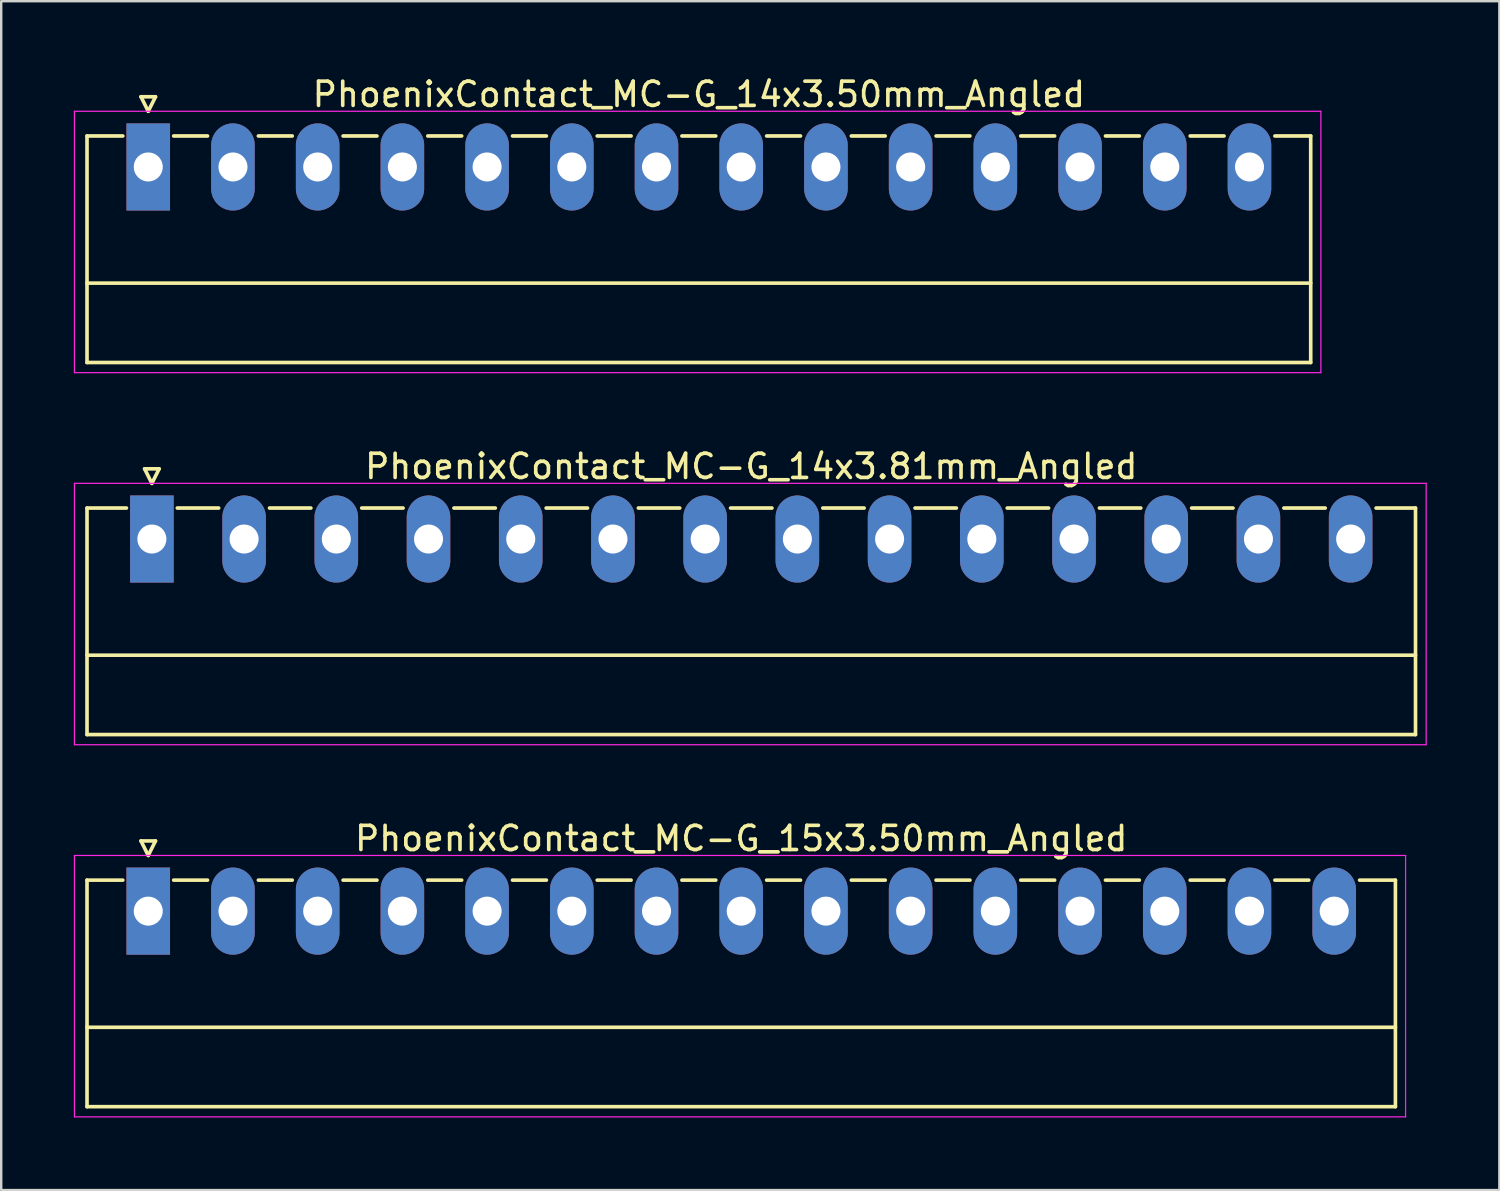
<source format=kicad_pcb>
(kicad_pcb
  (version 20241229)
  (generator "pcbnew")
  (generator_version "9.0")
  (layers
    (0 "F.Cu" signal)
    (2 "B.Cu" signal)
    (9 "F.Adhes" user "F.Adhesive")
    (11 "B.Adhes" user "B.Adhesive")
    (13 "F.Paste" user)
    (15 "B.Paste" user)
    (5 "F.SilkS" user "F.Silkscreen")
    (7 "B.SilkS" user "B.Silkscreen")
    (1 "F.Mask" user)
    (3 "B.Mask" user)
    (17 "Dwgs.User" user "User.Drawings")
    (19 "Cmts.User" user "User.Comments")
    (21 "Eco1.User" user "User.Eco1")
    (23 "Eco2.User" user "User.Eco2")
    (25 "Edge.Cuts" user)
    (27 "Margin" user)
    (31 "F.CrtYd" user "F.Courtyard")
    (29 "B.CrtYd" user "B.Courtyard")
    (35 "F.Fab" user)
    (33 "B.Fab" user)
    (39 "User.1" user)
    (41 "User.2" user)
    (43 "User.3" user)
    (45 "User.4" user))
  (footprint "PhoenixContact_MC-G_14x3.50mm_Angled"
    (layer "F.Cu")
    (at 3.075 3.848)
    (property "Reference" "PhoenixContact_MC-G_14x3.50mm_Angled" (at 22.75 -3 0) (layer "F.SilkS") (effects (font (size 1 1) (thickness 0.15))))
    (attr through_hole)
    (fp_line (start -2.53 -1.28) (end -2.53 8.08) (stroke (width 0.15) (type solid)) (layer "F.SilkS"))
    (fp_line (start -2.53 -1.28) (end -1.05 -1.28) (stroke (width 0.15) (type solid)) (layer "F.SilkS"))
    (fp_line (start -2.53 4.8) (end 48.03 4.8) (stroke (width 0.15) (type solid)) (layer "F.SilkS"))
    (fp_line (start -2.53 8.08) (end 48.03 8.08) (stroke (width 0.15) (type solid)) (layer "F.SilkS"))
    (fp_line (start -0.3 -2.9) (end 0 -2.3) (stroke (width 0.15) (type solid)) (layer "F.SilkS"))
    (fp_line (start 0 -2.3) (end 0.3 -2.9) (stroke (width 0.15) (type solid)) (layer "F.SilkS"))
    (fp_line (start 0.3 -2.9) (end -0.3 -2.9) (stroke (width 0.15) (type solid)) (layer "F.SilkS"))
    (fp_line (start 1.05 -1.28) (end 2.45 -1.28) (stroke (width 0.15) (type solid)) (layer "F.SilkS"))
    (fp_line (start 4.55 -1.28) (end 5.95 -1.28) (stroke (width 0.15) (type solid)) (layer "F.SilkS"))
    (fp_line (start 8.05 -1.28) (end 9.45 -1.28) (stroke (width 0.15) (type solid)) (layer "F.SilkS"))
    (fp_line (start 11.55 -1.28) (end 12.95 -1.28) (stroke (width 0.15) (type solid)) (layer "F.SilkS"))
    (fp_line (start 15.05 -1.28) (end 16.45 -1.28) (stroke (width 0.15) (type solid)) (layer "F.SilkS"))
    (fp_line (start 18.55 -1.28) (end 19.95 -1.28) (stroke (width 0.15) (type solid)) (layer "F.SilkS"))
    (fp_line (start 22.05 -1.28) (end 23.45 -1.28) (stroke (width 0.15) (type solid)) (layer "F.SilkS"))
    (fp_line (start 25.55 -1.28) (end 26.95 -1.28) (stroke (width 0.15) (type solid)) (layer "F.SilkS"))
    (fp_line (start 29.05 -1.28) (end 30.45 -1.28) (stroke (width 0.15) (type solid)) (layer "F.SilkS"))
    (fp_line (start 32.55 -1.28) (end 33.95 -1.28) (stroke (width 0.15) (type solid)) (layer "F.SilkS"))
    (fp_line (start 36.05 -1.28) (end 37.45 -1.28) (stroke (width 0.15) (type solid)) (layer "F.SilkS"))
    (fp_line (start 39.55 -1.28) (end 40.95 -1.28) (stroke (width 0.15) (type solid)) (layer "F.SilkS"))
    (fp_line (start 43.05 -1.28) (end 44.45 -1.28) (stroke (width 0.15) (type solid)) (layer "F.SilkS"))
    (fp_line (start 48.03 -1.28) (end 46.55 -1.28) (stroke (width 0.15) (type solid)) (layer "F.SilkS"))
    (fp_line (start 48.03 8.08) (end 48.03 -1.28) (stroke (width 0.15) (type solid)) (layer "F.SilkS"))
    (fp_line (start -3.05 -2.3) (end -3.05 8.5) (stroke (width 0.05) (type solid)) (layer "F.CrtYd"))
    (fp_line (start -3.05 8.5) (end 48.45 8.5) (stroke (width 0.05) (type solid)) (layer "F.CrtYd"))
    (fp_line (start 48.45 -2.3) (end -3.05 -2.3) (stroke (width 0.05) (type solid)) (layer "F.CrtYd"))
    (fp_line (start 48.45 8.5) (end 48.45 -2.3) (stroke (width 0.05) (type solid)) (layer "F.CrtYd"))
    (pad "1" thru_hole rect (at 0 0) (size 1.8 3.6) (drill 1.2) (layers "*.Cu" "*.Mask"))
    (pad "2" thru_hole oval (at 3.5 0) (size 1.8 3.6) (drill 1.2) (layers "*.Cu" "*.Mask"))
    (pad "3" thru_hole oval (at 7 0) (size 1.8 3.6) (drill 1.2) (layers "*.Cu" "*.Mask"))
    (pad "4" thru_hole oval (at 10.5 0) (size 1.8 3.6) (drill 1.2) (layers "*.Cu" "*.Mask"))
    (pad "5" thru_hole oval (at 14 0) (size 1.8 3.6) (drill 1.2) (layers "*.Cu" "*.Mask"))
    (pad "6" thru_hole oval (at 17.5 0) (size 1.8 3.6) (drill 1.2) (layers "*.Cu" "*.Mask"))
    (pad "7" thru_hole oval (at 21 0) (size 1.8 3.6) (drill 1.2) (layers "*.Cu" "*.Mask"))
    (pad "8" thru_hole oval (at 24.5 0) (size 1.8 3.6) (drill 1.2) (layers "*.Cu" "*.Mask"))
    (pad "9" thru_hole oval (at 28 0) (size 1.8 3.6) (drill 1.2) (layers "*.Cu" "*.Mask"))
    (pad "10" thru_hole oval (at 31.5 0) (size 1.8 3.6) (drill 1.2) (layers "*.Cu" "*.Mask"))
    (pad "11" thru_hole oval (at 35 0) (size 1.8 3.6) (drill 1.2) (layers "*.Cu" "*.Mask"))
    (pad "12" thru_hole oval (at 38.5 0) (size 1.8 3.6) (drill 1.2) (layers "*.Cu" "*.Mask"))
    (pad "13" thru_hole oval (at 42 0) (size 1.8 3.6) (drill 1.2) (layers "*.Cu" "*.Mask"))
    (pad "14" thru_hole oval (at 45.5 0) (size 1.8 3.6) (drill 1.2) (layers "*.Cu" "*.Mask")))
  (footprint "PhoenixContact_MC-G_15x3.50mm_Angled"
    (layer "F.Cu")
    (at 3.075 34.595)
    (property "Reference" "PhoenixContact_MC-G_15x3.50mm_Angled" (at 24.5 -3 0) (layer "F.SilkS") (effects (font (size 1 1) (thickness 0.15))))
    (attr through_hole)
    (fp_line (start -2.53 -1.28) (end -2.53 8.08) (stroke (width 0.15) (type solid)) (layer "F.SilkS"))
    (fp_line (start -2.53 -1.28) (end -1.05 -1.28) (stroke (width 0.15) (type solid)) (layer "F.SilkS"))
    (fp_line (start -2.53 4.8) (end 51.53 4.8) (stroke (width 0.15) (type solid)) (layer "F.SilkS"))
    (fp_line (start -2.53 8.08) (end 51.53 8.08) (stroke (width 0.15) (type solid)) (layer "F.SilkS"))
    (fp_line (start -0.3 -2.9) (end 0 -2.3) (stroke (width 0.15) (type solid)) (layer "F.SilkS"))
    (fp_line (start 0 -2.3) (end 0.3 -2.9) (stroke (width 0.15) (type solid)) (layer "F.SilkS"))
    (fp_line (start 0.3 -2.9) (end -0.3 -2.9) (stroke (width 0.15) (type solid)) (layer "F.SilkS"))
    (fp_line (start 1.05 -1.28) (end 2.45 -1.28) (stroke (width 0.15) (type solid)) (layer "F.SilkS"))
    (fp_line (start 4.55 -1.28) (end 5.95 -1.28) (stroke (width 0.15) (type solid)) (layer "F.SilkS"))
    (fp_line (start 8.05 -1.28) (end 9.45 -1.28) (stroke (width 0.15) (type solid)) (layer "F.SilkS"))
    (fp_line (start 11.55 -1.28) (end 12.95 -1.28) (stroke (width 0.15) (type solid)) (layer "F.SilkS"))
    (fp_line (start 15.05 -1.28) (end 16.45 -1.28) (stroke (width 0.15) (type solid)) (layer "F.SilkS"))
    (fp_line (start 18.55 -1.28) (end 19.95 -1.28) (stroke (width 0.15) (type solid)) (layer "F.SilkS"))
    (fp_line (start 22.05 -1.28) (end 23.45 -1.28) (stroke (width 0.15) (type solid)) (layer "F.SilkS"))
    (fp_line (start 25.55 -1.28) (end 26.95 -1.28) (stroke (width 0.15) (type solid)) (layer "F.SilkS"))
    (fp_line (start 29.05 -1.28) (end 30.45 -1.28) (stroke (width 0.15) (type solid)) (layer "F.SilkS"))
    (fp_line (start 32.55 -1.28) (end 33.95 -1.28) (stroke (width 0.15) (type solid)) (layer "F.SilkS"))
    (fp_line (start 36.05 -1.28) (end 37.45 -1.28) (stroke (width 0.15) (type solid)) (layer "F.SilkS"))
    (fp_line (start 39.55 -1.28) (end 40.95 -1.28) (stroke (width 0.15) (type solid)) (layer "F.SilkS"))
    (fp_line (start 43.05 -1.28) (end 44.45 -1.28) (stroke (width 0.15) (type solid)) (layer "F.SilkS"))
    (fp_line (start 46.55 -1.28) (end 47.95 -1.28) (stroke (width 0.15) (type solid)) (layer "F.SilkS"))
    (fp_line (start 51.53 -1.28) (end 50.05 -1.28) (stroke (width 0.15) (type solid)) (layer "F.SilkS"))
    (fp_line (start 51.53 8.08) (end 51.53 -1.28) (stroke (width 0.15) (type solid)) (layer "F.SilkS"))
    (fp_line (start -3.05 -2.3) (end -3.05 8.5) (stroke (width 0.05) (type solid)) (layer "F.CrtYd"))
    (fp_line (start -3.05 8.5) (end 51.95 8.5) (stroke (width 0.05) (type solid)) (layer "F.CrtYd"))
    (fp_line (start 51.95 -2.3) (end -3.05 -2.3) (stroke (width 0.05) (type solid)) (layer "F.CrtYd"))
    (fp_line (start 51.95 8.5) (end 51.95 -2.3) (stroke (width 0.05) (type solid)) (layer "F.CrtYd"))
    (pad "1" thru_hole rect (at 0 0) (size 1.8 3.6) (drill 1.2) (layers "*.Cu" "*.Mask"))
    (pad "2" thru_hole oval (at 3.5 0) (size 1.8 3.6) (drill 1.2) (layers "*.Cu" "*.Mask"))
    (pad "3" thru_hole oval (at 7 0) (size 1.8 3.6) (drill 1.2) (layers "*.Cu" "*.Mask"))
    (pad "4" thru_hole oval (at 10.5 0) (size 1.8 3.6) (drill 1.2) (layers "*.Cu" "*.Mask"))
    (pad "5" thru_hole oval (at 14 0) (size 1.8 3.6) (drill 1.2) (layers "*.Cu" "*.Mask"))
    (pad "6" thru_hole oval (at 17.5 0) (size 1.8 3.6) (drill 1.2) (layers "*.Cu" "*.Mask"))
    (pad "7" thru_hole oval (at 21 0) (size 1.8 3.6) (drill 1.2) (layers "*.Cu" "*.Mask"))
    (pad "8" thru_hole oval (at 24.5 0) (size 1.8 3.6) (drill 1.2) (layers "*.Cu" "*.Mask"))
    (pad "9" thru_hole oval (at 28 0) (size 1.8 3.6) (drill 1.2) (layers "*.Cu" "*.Mask"))
    (pad "10" thru_hole oval (at 31.5 0) (size 1.8 3.6) (drill 1.2) (layers "*.Cu" "*.Mask"))
    (pad "11" thru_hole oval (at 35 0) (size 1.8 3.6) (drill 1.2) (layers "*.Cu" "*.Mask"))
    (pad "12" thru_hole oval (at 38.5 0) (size 1.8 3.6) (drill 1.2) (layers "*.Cu" "*.Mask"))
    (pad "13" thru_hole oval (at 42 0) (size 1.8 3.6) (drill 1.2) (layers "*.Cu" "*.Mask"))
    (pad "14" thru_hole oval (at 45.5 0) (size 1.8 3.6) (drill 1.2) (layers "*.Cu" "*.Mask"))
    (pad "15" thru_hole oval (at 49 0) (size 1.8 3.6) (drill 1.2) (layers "*.Cu" "*.Mask")))
  (footprint "PhoenixContact_MC-G_14x3.81mm_Angled"
    (layer "F.Cu")
    (at 3.225 19.221)
    (property "Reference" "PhoenixContact_MC-G_14x3.81mm_Angled" (at 24.765 -3 0) (layer "F.SilkS") (effects (font (size 1 1) (thickness 0.15))))
    (attr through_hole)
    (fp_line (start -2.68 -1.28) (end -2.68 8.08) (stroke (width 0.15) (type solid)) (layer "F.SilkS"))
    (fp_line (start -2.68 -1.28) (end -1.05 -1.28) (stroke (width 0.15) (type solid)) (layer "F.SilkS"))
    (fp_line (start -2.68 4.8) (end 52.21 4.8) (stroke (width 0.15) (type solid)) (layer "F.SilkS"))
    (fp_line (start -2.68 8.08) (end 52.21 8.08) (stroke (width 0.15) (type solid)) (layer "F.SilkS"))
    (fp_line (start -0.3 -2.9) (end 0 -2.3) (stroke (width 0.15) (type solid)) (layer "F.SilkS"))
    (fp_line (start 0 -2.3) (end 0.3 -2.9) (stroke (width 0.15) (type solid)) (layer "F.SilkS"))
    (fp_line (start 0.3 -2.9) (end -0.3 -2.9) (stroke (width 0.15) (type solid)) (layer "F.SilkS"))
    (fp_line (start 1.05 -1.28) (end 2.76 -1.28) (stroke (width 0.15) (type solid)) (layer "F.SilkS"))
    (fp_line (start 4.86 -1.28) (end 6.57 -1.28) (stroke (width 0.15) (type solid)) (layer "F.SilkS"))
    (fp_line (start 8.67 -1.28) (end 10.38 -1.28) (stroke (width 0.15) (type solid)) (layer "F.SilkS"))
    (fp_line (start 12.48 -1.28) (end 14.19 -1.28) (stroke (width 0.15) (type solid)) (layer "F.SilkS"))
    (fp_line (start 16.29 -1.28) (end 18 -1.28) (stroke (width 0.15) (type solid)) (layer "F.SilkS"))
    (fp_line (start 20.1 -1.28) (end 21.81 -1.28) (stroke (width 0.15) (type solid)) (layer "F.SilkS"))
    (fp_line (start 23.91 -1.28) (end 25.62 -1.28) (stroke (width 0.15) (type solid)) (layer "F.SilkS"))
    (fp_line (start 27.72 -1.28) (end 29.43 -1.28) (stroke (width 0.15) (type solid)) (layer "F.SilkS"))
    (fp_line (start 31.53 -1.28) (end 33.24 -1.28) (stroke (width 0.15) (type solid)) (layer "F.SilkS"))
    (fp_line (start 35.34 -1.28) (end 37.05 -1.28) (stroke (width 0.15) (type solid)) (layer "F.SilkS"))
    (fp_line (start 39.15 -1.28) (end 40.86 -1.28) (stroke (width 0.15) (type solid)) (layer "F.SilkS"))
    (fp_line (start 42.96 -1.28) (end 44.67 -1.28) (stroke (width 0.15) (type solid)) (layer "F.SilkS"))
    (fp_line (start 46.77 -1.28) (end 48.48 -1.28) (stroke (width 0.15) (type solid)) (layer "F.SilkS"))
    (fp_line (start 52.21 -1.28) (end 50.58 -1.28) (stroke (width 0.15) (type solid)) (layer "F.SilkS"))
    (fp_line (start 52.21 8.08) (end 52.21 -1.28) (stroke (width 0.15) (type solid)) (layer "F.SilkS"))
    (fp_line (start -3.2 -2.3) (end -3.2 8.5) (stroke (width 0.05) (type solid)) (layer "F.CrtYd"))
    (fp_line (start -3.2 8.5) (end 52.65 8.5) (stroke (width 0.05) (type solid)) (layer "F.CrtYd"))
    (fp_line (start 52.65 -2.3) (end -3.2 -2.3) (stroke (width 0.05) (type solid)) (layer "F.CrtYd"))
    (fp_line (start 52.65 8.5) (end 52.65 -2.3) (stroke (width 0.05) (type solid)) (layer "F.CrtYd"))
    (pad "1" thru_hole rect (at 0 0) (size 1.8 3.6) (drill 1.2) (layers "*.Cu" "*.Mask"))
    (pad "2" thru_hole oval (at 3.81 0) (size 1.8 3.6) (drill 1.2) (layers "*.Cu" "*.Mask"))
    (pad "3" thru_hole oval (at 7.62 0) (size 1.8 3.6) (drill 1.2) (layers "*.Cu" "*.Mask"))
    (pad "4" thru_hole oval (at 11.43 0) (size 1.8 3.6) (drill 1.2) (layers "*.Cu" "*.Mask"))
    (pad "5" thru_hole oval (at 15.24 0) (size 1.8 3.6) (drill 1.2) (layers "*.Cu" "*.Mask"))
    (pad "6" thru_hole oval (at 19.05 0) (size 1.8 3.6) (drill 1.2) (layers "*.Cu" "*.Mask"))
    (pad "7" thru_hole oval (at 22.86 0) (size 1.8 3.6) (drill 1.2) (layers "*.Cu" "*.Mask"))
    (pad "8" thru_hole oval (at 26.67 0) (size 1.8 3.6) (drill 1.2) (layers "*.Cu" "*.Mask"))
    (pad "9" thru_hole oval (at 30.48 0) (size 1.8 3.6) (drill 1.2) (layers "*.Cu" "*.Mask"))
    (pad "10" thru_hole oval (at 34.29 0) (size 1.8 3.6) (drill 1.2) (layers "*.Cu" "*.Mask"))
    (pad "11" thru_hole oval (at 38.1 0) (size 1.8 3.6) (drill 1.2) (layers "*.Cu" "*.Mask"))
    (pad "12" thru_hole oval (at 41.91 0) (size 1.8 3.6) (drill 1.2) (layers "*.Cu" "*.Mask"))
    (pad "13" thru_hole oval (at 45.72 0) (size 1.8 3.6) (drill 1.2) (layers "*.Cu" "*.Mask"))
    (pad "14" thru_hole oval (at 49.53 0) (size 1.8 3.6) (drill 1.2) (layers "*.Cu" "*.Mask")))
  (gr_rect
    (start -3 -3)
    (end 58.9 46.12)
    (stroke (width 0.1) (type default))
    (fill no)
    (layer "Edge.Cuts")))
</source>
